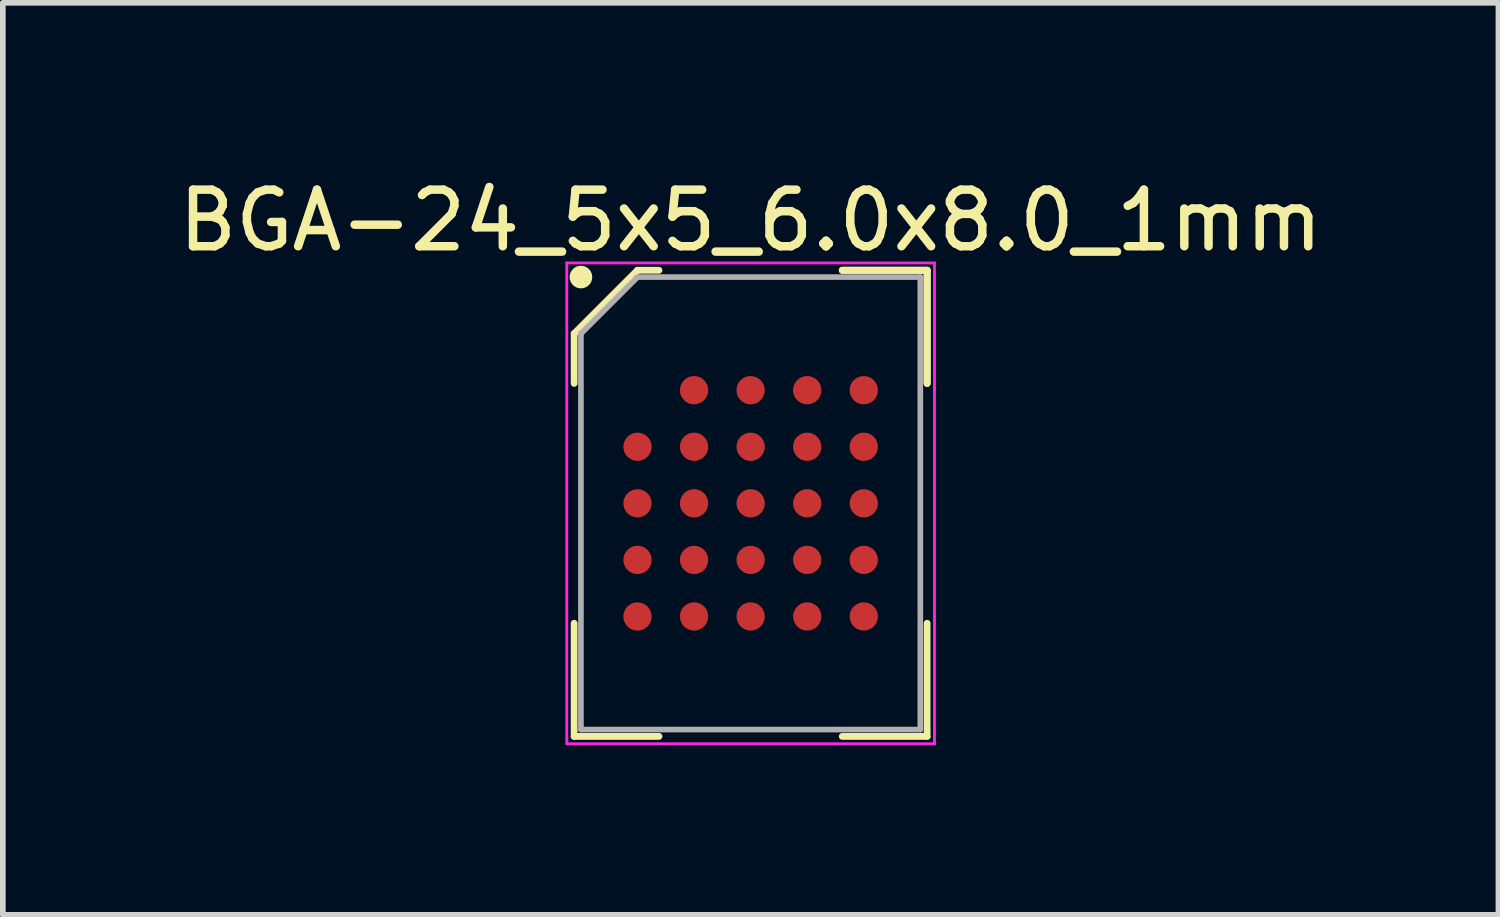
<source format=kicad_pcb>
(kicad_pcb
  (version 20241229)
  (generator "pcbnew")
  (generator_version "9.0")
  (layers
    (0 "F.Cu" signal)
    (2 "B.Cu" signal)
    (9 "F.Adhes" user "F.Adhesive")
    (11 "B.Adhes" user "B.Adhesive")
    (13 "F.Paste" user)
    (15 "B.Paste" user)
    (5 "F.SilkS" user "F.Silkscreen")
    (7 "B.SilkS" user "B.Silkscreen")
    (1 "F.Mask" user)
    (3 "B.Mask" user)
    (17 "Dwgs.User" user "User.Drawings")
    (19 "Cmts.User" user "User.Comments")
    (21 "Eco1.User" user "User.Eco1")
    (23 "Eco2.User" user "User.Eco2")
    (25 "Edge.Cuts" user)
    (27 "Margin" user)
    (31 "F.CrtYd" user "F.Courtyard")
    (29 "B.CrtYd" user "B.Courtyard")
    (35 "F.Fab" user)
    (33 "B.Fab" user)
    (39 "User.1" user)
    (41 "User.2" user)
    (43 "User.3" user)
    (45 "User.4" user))
  (footprint "BGA-24_5x5_6.0x8.0_1mm"
    (layer "F.Cu")
    (at 10.22 5.848)
    (property "Reference" "BGA-24_5x5_6.0x8.0_1mm" (at 0 -5 0) (layer "F.SilkS") (effects (font (size 1 1) (thickness 0.15))))
    (attr through_hole)
    (fp_line (start -3.12 -3) (end -3.12 -2.12) (stroke (width 0.12) (type solid)) (layer "F.SilkS"))
    (fp_line (start -3.12 4.12) (end -3.12 2.12) (stroke (width 0.12) (type solid)) (layer "F.SilkS"))
    (fp_line (start -2 -4.12) (end -3.12 -3) (stroke (width 0.12) (type solid)) (layer "F.SilkS"))
    (fp_line (start -1.62 -4.12) (end -2 -4.12) (stroke (width 0.12) (type solid)) (layer "F.SilkS"))
    (fp_line (start -1.62 4.12) (end -3.12 4.12) (stroke (width 0.12) (type solid)) (layer "F.SilkS"))
    (fp_line (start 1.62 -4.12) (end 3.12 -4.12) (stroke (width 0.12) (type solid)) (layer "F.SilkS"))
    (fp_line (start 1.62 -4.12) (end 3.12 -4.12) (stroke (width 0.12) (type solid)) (layer "F.SilkS"))
    (fp_line (start 1.62 -4.12) (end 3.12 -4.12) (stroke (width 0.12) (type solid)) (layer "F.SilkS"))
    (fp_line (start 1.62 4.12) (end 3.12 4.12) (stroke (width 0.12) (type solid)) (layer "F.SilkS"))
    (fp_line (start 3.12 -4.12) (end 3.12 -2.12) (stroke (width 0.12) (type solid)) (layer "F.SilkS"))
    (fp_line (start 3.12 -4.12) (end 3.12 -2.12) (stroke (width 0.12) (type solid)) (layer "F.SilkS"))
    (fp_line (start 3.12 -4.12) (end 3.12 -2.12) (stroke (width 0.12) (type solid)) (layer "F.SilkS"))
    (fp_line (start 3.12 4.12) (end 3.12 2.12) (stroke (width 0.12) (type solid)) (layer "F.SilkS"))
    (fp_circle (center -3 -4) (end -3 -3.9) (stroke (width 0.2) (type solid)) (fill no) (layer "F.SilkS"))
    (fp_line (start -3.25 -4.25) (end 3.25 -4.25) (stroke (width 0.05) (type solid)) (layer "F.CrtYd"))
    (fp_line (start -3.25 4.25) (end -3.25 -4.25) (stroke (width 0.05) (type solid)) (layer "F.CrtYd"))
    (fp_line (start 3.25 -4.25) (end 3.25 4.25) (stroke (width 0.05) (type solid)) (layer "F.CrtYd"))
    (fp_line (start 3.25 4.25) (end -3.25 4.25) (stroke (width 0.05) (type solid)) (layer "F.CrtYd"))
    (fp_line (start -3 -3) (end -3 4) (stroke (width 0.1) (type solid)) (layer "F.Fab"))
    (fp_line (start -3 4) (end 3 4) (stroke (width 0.1) (type solid)) (layer "F.Fab"))
    (fp_line (start -2 -4) (end -3 -3) (stroke (width 0.1) (type solid)) (layer "F.Fab"))
    (fp_line (start 3 -4) (end -2 -4) (stroke (width 0.1) (type solid)) (layer "F.Fab"))
    (fp_line (start 3 4) (end 3 -4) (stroke (width 0.1) (type solid)) (layer "F.Fab"))
    (pad "A2" smd circle (at -1 -2) (size 0.5 0.5) (layers "F.Cu" "F.Mask" "F.Paste"))
    (pad "A3" smd circle (at 0 -2) (size 0.5 0.5) (layers "F.Cu" "F.Mask" "F.Paste"))
    (pad "A4" smd circle (at 1 -2) (size 0.5 0.5) (layers "F.Cu" "F.Mask" "F.Paste"))
    (pad "A5" smd circle (at 2 -2) (size 0.5 0.5) (layers "F.Cu" "F.Mask" "F.Paste"))
    (pad "B1" smd circle (at -2 -1) (size 0.5 0.5) (layers "F.Cu" "F.Mask" "F.Paste"))
    (pad "B2" smd circle (at -1 -1) (size 0.5 0.5) (layers "F.Cu" "F.Mask" "F.Paste"))
    (pad "B3" smd circle (at 0 -1) (size 0.5 0.5) (layers "F.Cu" "F.Mask" "F.Paste"))
    (pad "B4" smd circle (at 1 -1) (size 0.5 0.5) (layers "F.Cu" "F.Mask" "F.Paste"))
    (pad "B5" smd circle (at 2 -1) (size 0.5 0.5) (layers "F.Cu" "F.Mask" "F.Paste"))
    (pad "C1" smd circle (at -2 0) (size 0.5 0.5) (layers "F.Cu" "F.Mask" "F.Paste"))
    (pad "C2" smd circle (at -1 0) (size 0.5 0.5) (layers "F.Cu" "F.Mask" "F.Paste"))
    (pad "C3" smd circle (at 0 0) (size 0.5 0.5) (layers "F.Cu" "F.Mask" "F.Paste"))
    (pad "C4" smd circle (at 1 0) (size 0.5 0.5) (layers "F.Cu" "F.Mask" "F.Paste"))
    (pad "C5" smd circle (at 2 0) (size 0.5 0.5) (layers "F.Cu" "F.Mask" "F.Paste"))
    (pad "D1" smd circle (at -2 1) (size 0.5 0.5) (layers "F.Cu" "F.Mask" "F.Paste"))
    (pad "D2" smd circle (at -1 1) (size 0.5 0.5) (layers "F.Cu" "F.Mask" "F.Paste"))
    (pad "D3" smd circle (at 0 1) (size 0.5 0.5) (layers "F.Cu" "F.Mask" "F.Paste"))
    (pad "D4" smd circle (at 1 1) (size 0.5 0.5) (layers "F.Cu" "F.Mask" "F.Paste"))
    (pad "D5" smd circle (at 2 1) (size 0.5 0.5) (layers "F.Cu" "F.Mask" "F.Paste"))
    (pad "E1" smd circle (at -2 2) (size 0.5 0.5) (layers "F.Cu" "F.Mask" "F.Paste"))
    (pad "E2" smd circle (at -1 2) (size 0.5 0.5) (layers "F.Cu" "F.Mask" "F.Paste"))
    (pad "E3" smd circle (at 0 2) (size 0.5 0.5) (layers "F.Cu" "F.Mask" "F.Paste"))
    (pad "E4" smd circle (at 1 2) (size 0.5 0.5) (layers "F.Cu" "F.Mask" "F.Paste"))
    (pad "E5" smd circle (at 2 2) (size 0.5 0.5) (layers "F.Cu" "F.Mask" "F.Paste")))
  (gr_rect
    (start -3 -3)
    (end 23.44 13.123)
    (stroke (width 0.1) (type default))
    (fill no)
    (layer "Edge.Cuts")))
</source>
